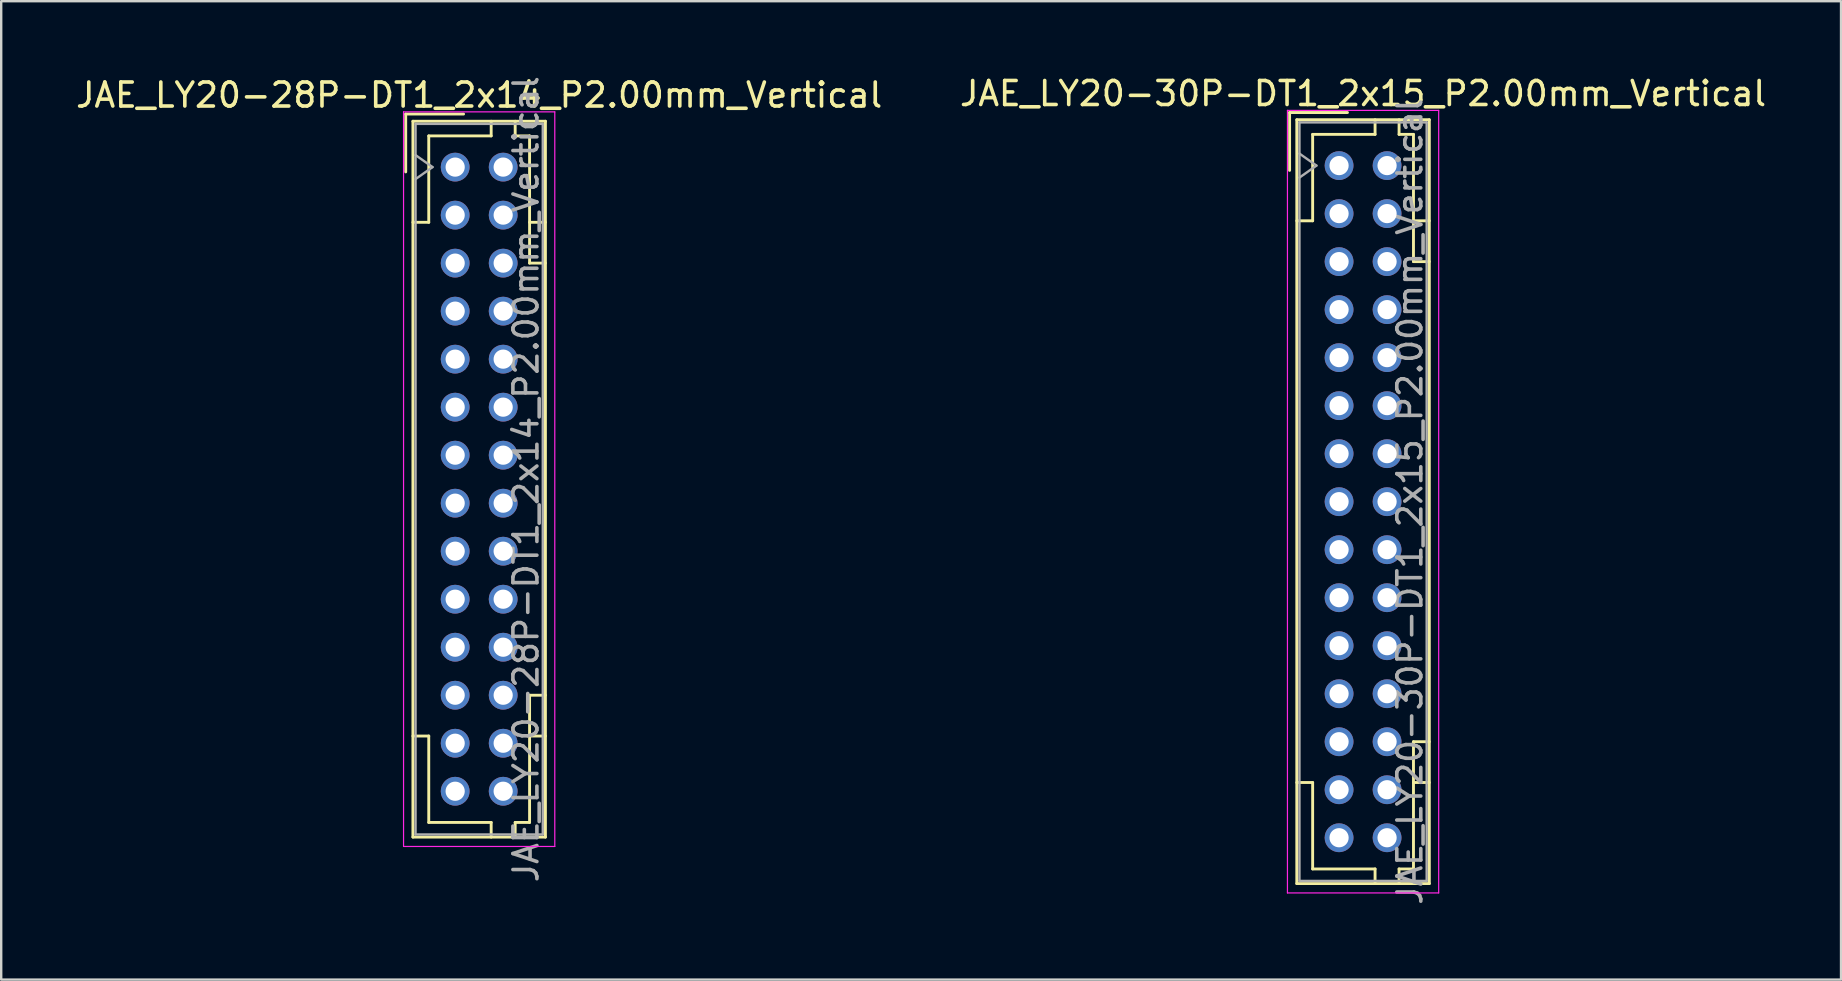
<source format=kicad_pcb>
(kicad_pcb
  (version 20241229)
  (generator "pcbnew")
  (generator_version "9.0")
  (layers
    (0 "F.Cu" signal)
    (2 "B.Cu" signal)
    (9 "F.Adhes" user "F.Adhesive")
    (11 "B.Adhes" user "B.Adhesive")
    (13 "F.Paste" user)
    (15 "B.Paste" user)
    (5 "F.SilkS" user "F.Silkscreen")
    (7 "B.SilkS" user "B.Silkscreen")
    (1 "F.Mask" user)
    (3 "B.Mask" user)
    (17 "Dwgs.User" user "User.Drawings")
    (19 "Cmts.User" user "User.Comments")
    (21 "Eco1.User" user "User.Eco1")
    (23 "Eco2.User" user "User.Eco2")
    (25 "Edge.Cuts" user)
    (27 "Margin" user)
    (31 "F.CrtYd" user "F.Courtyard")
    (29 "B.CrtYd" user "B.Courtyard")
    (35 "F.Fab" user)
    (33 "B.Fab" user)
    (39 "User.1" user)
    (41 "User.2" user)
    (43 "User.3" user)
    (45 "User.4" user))
  (footprint "JAE_LY20-30P-DT1_2x15_P2.00mm_Vertical"
    (layer "F.Cu")
    (at 52.732 3.848)
    (property "Reference" "JAE_LY20-30P-DT1_2x15_P2.00mm_Vertical" (at 1 -3 0) (layer "F.SilkS") (effects (font (size 1 1) (thickness 0.15))))
    (attr through_hole)
    (fp_line (start -2.06 -2.21) (end -2.06 0.2) (stroke (width 0.12) (type solid)) (layer "F.SilkS"))
    (fp_line (start -1.76 -1.91) (end -1.76 29.91) (stroke (width 0.12) (type solid)) (layer "F.SilkS"))
    (fp_line (start -1.76 29.91) (end 3.76 29.91) (stroke (width 0.12) (type solid)) (layer "F.SilkS"))
    (fp_line (start -1.1 -1.3) (end -1.1 2.3) (stroke (width 0.12) (type solid)) (layer "F.SilkS"))
    (fp_line (start -1.1 2.3) (end -1.76 2.3) (stroke (width 0.12) (type solid)) (layer "F.SilkS"))
    (fp_line (start -1.1 25.7) (end -1.76 25.7) (stroke (width 0.12) (type solid)) (layer "F.SilkS"))
    (fp_line (start -1.1 29.3) (end -1.1 25.7) (stroke (width 0.12) (type solid)) (layer "F.SilkS"))
    (fp_line (start 0.35 -2.21) (end -2.06 -2.21) (stroke (width 0.12) (type solid)) (layer "F.SilkS"))
    (fp_line (start 1.5 -1.91) (end 1.5 -1.3) (stroke (width 0.12) (type solid)) (layer "F.SilkS"))
    (fp_line (start 1.5 -1.3) (end -1.1 -1.3) (stroke (width 0.12) (type solid)) (layer "F.SilkS"))
    (fp_line (start 1.5 29.3) (end -1.1 29.3) (stroke (width 0.12) (type solid)) (layer "F.SilkS"))
    (fp_line (start 1.5 29.91) (end 1.5 29.3) (stroke (width 0.12) (type solid)) (layer "F.SilkS"))
    (fp_line (start 2.5 -1.91) (end 2.5 -1.3) (stroke (width 0.12) (type solid)) (layer "F.SilkS"))
    (fp_line (start 2.5 -1.3) (end 3.1 -1.3) (stroke (width 0.12) (type solid)) (layer "F.SilkS"))
    (fp_line (start 2.5 29.3) (end 3.1 29.3) (stroke (width 0.12) (type solid)) (layer "F.SilkS"))
    (fp_line (start 2.5 29.91) (end 2.5 29.3) (stroke (width 0.12) (type solid)) (layer "F.SilkS"))
    (fp_line (start 3.1 -1.3) (end 3.1 4) (stroke (width 0.12) (type solid)) (layer "F.SilkS"))
    (fp_line (start 3.1 4) (end 3.76 4) (stroke (width 0.12) (type solid)) (layer "F.SilkS"))
    (fp_line (start 3.1 24) (end 3.76 24) (stroke (width 0.12) (type solid)) (layer "F.SilkS"))
    (fp_line (start 3.1 29.3) (end 3.1 24) (stroke (width 0.12) (type solid)) (layer "F.SilkS"))
    (fp_line (start 3.76 -1.91) (end -1.76 -1.91) (stroke (width 0.12) (type solid)) (layer "F.SilkS"))
    (fp_line (start 3.76 2.3) (end 3.1 2.3) (stroke (width 0.12) (type solid)) (layer "F.SilkS"))
    (fp_line (start 3.76 25.7) (end 3.1 25.7) (stroke (width 0.12) (type solid)) (layer "F.SilkS"))
    (fp_line (start 3.76 29.91) (end 3.76 -1.91) (stroke (width 0.12) (type solid)) (layer "F.SilkS"))
    (fp_line (start -2.15 -2.3) (end -2.15 30.3) (stroke (width 0.05) (type solid)) (layer "F.CrtYd"))
    (fp_line (start -2.15 30.3) (end 4.15 30.3) (stroke (width 0.05) (type solid)) (layer "F.CrtYd"))
    (fp_line (start 4.15 -2.3) (end -2.15 -2.3) (stroke (width 0.05) (type solid)) (layer "F.CrtYd"))
    (fp_line (start 4.15 30.3) (end 4.15 -2.3) (stroke (width 0.05) (type solid)) (layer "F.CrtYd"))
    (fp_line (start -1.65 -1.8) (end -1.65 29.8) (stroke (width 0.1) (type solid)) (layer "F.Fab"))
    (fp_line (start -1.65 0.5) (end -0.943 0) (stroke (width 0.1) (type solid)) (layer "F.Fab"))
    (fp_line (start -1.65 29.8) (end 3.65 29.8) (stroke (width 0.1) (type solid)) (layer "F.Fab"))
    (fp_line (start -0.943 0) (end -1.65 -0.5) (stroke (width 0.1) (type solid)) (layer "F.Fab"))
    (fp_line (start 3.65 -1.8) (end -1.65 -1.8) (stroke (width 0.1) (type solid)) (layer "F.Fab"))
    (fp_line (start 3.65 29.8) (end 3.65 -1.8) (stroke (width 0.1) (type solid)) (layer "F.Fab"))
    (fp_text user "${REFERENCE}" (at 2.95 14 90) (layer "F.Fab") (effects (font (size 1 1) (thickness 0.15))))
    (pad "a1" thru_hole circle (at 0 0) (size 1.2 1.2) (drill 0.8) (layers "*.Cu" "*.Mask"))
    (pad "a2" thru_hole circle (at 0 2) (size 1.2 1.2) (drill 0.8) (layers "*.Cu" "*.Mask"))
    (pad "a3" thru_hole circle (at 0 4) (size 1.2 1.2) (drill 0.8) (layers "*.Cu" "*.Mask"))
    (pad "a4" thru_hole circle (at 0 6) (size 1.2 1.2) (drill 0.8) (layers "*.Cu" "*.Mask"))
    (pad "a5" thru_hole circle (at 0 8) (size 1.2 1.2) (drill 0.8) (layers "*.Cu" "*.Mask"))
    (pad "a6" thru_hole circle (at 0 10) (size 1.2 1.2) (drill 0.8) (layers "*.Cu" "*.Mask"))
    (pad "a7" thru_hole circle (at 0 12) (size 1.2 1.2) (drill 0.8) (layers "*.Cu" "*.Mask"))
    (pad "a8" thru_hole circle (at 0 14) (size 1.2 1.2) (drill 0.8) (layers "*.Cu" "*.Mask"))
    (pad "a9" thru_hole circle (at 0 16) (size 1.2 1.2) (drill 0.8) (layers "*.Cu" "*.Mask"))
    (pad "a10" thru_hole circle (at 0 18) (size 1.2 1.2) (drill 0.8) (layers "*.Cu" "*.Mask"))
    (pad "a11" thru_hole circle (at 0 20) (size 1.2 1.2) (drill 0.8) (layers "*.Cu" "*.Mask"))
    (pad "a12" thru_hole circle (at 0 22) (size 1.2 1.2) (drill 0.8) (layers "*.Cu" "*.Mask"))
    (pad "a13" thru_hole circle (at 0 24) (size 1.2 1.2) (drill 0.8) (layers "*.Cu" "*.Mask"))
    (pad "a14" thru_hole circle (at 0 26) (size 1.2 1.2) (drill 0.8) (layers "*.Cu" "*.Mask"))
    (pad "a15" thru_hole circle (at 0 28) (size 1.2 1.2) (drill 0.8) (layers "*.Cu" "*.Mask"))
    (pad "b1" thru_hole circle (at 2 0) (size 1.2 1.2) (drill 0.8) (layers "*.Cu" "*.Mask"))
    (pad "b2" thru_hole circle (at 2 2) (size 1.2 1.2) (drill 0.8) (layers "*.Cu" "*.Mask"))
    (pad "b3" thru_hole circle (at 2 4) (size 1.2 1.2) (drill 0.8) (layers "*.Cu" "*.Mask"))
    (pad "b4" thru_hole circle (at 2 6) (size 1.2 1.2) (drill 0.8) (layers "*.Cu" "*.Mask"))
    (pad "b5" thru_hole circle (at 2 8) (size 1.2 1.2) (drill 0.8) (layers "*.Cu" "*.Mask"))
    (pad "b6" thru_hole circle (at 2 10) (size 1.2 1.2) (drill 0.8) (layers "*.Cu" "*.Mask"))
    (pad "b7" thru_hole circle (at 2 12) (size 1.2 1.2) (drill 0.8) (layers "*.Cu" "*.Mask"))
    (pad "b8" thru_hole circle (at 2 14) (size 1.2 1.2) (drill 0.8) (layers "*.Cu" "*.Mask"))
    (pad "b9" thru_hole circle (at 2 16) (size 1.2 1.2) (drill 0.8) (layers "*.Cu" "*.Mask"))
    (pad "b10" thru_hole circle (at 2 18) (size 1.2 1.2) (drill 0.8) (layers "*.Cu" "*.Mask"))
    (pad "b11" thru_hole circle (at 2 20) (size 1.2 1.2) (drill 0.8) (layers "*.Cu" "*.Mask"))
    (pad "b12" thru_hole circle (at 2 22) (size 1.2 1.2) (drill 0.8) (layers "*.Cu" "*.Mask"))
    (pad "b13" thru_hole circle (at 2 24) (size 1.2 1.2) (drill 0.8) (layers "*.Cu" "*.Mask"))
    (pad "b14" thru_hole circle (at 2 26) (size 1.2 1.2) (drill 0.8) (layers "*.Cu" "*.Mask"))
    (pad "b15" thru_hole circle (at 2 28) (size 1.2 1.2) (drill 0.8) (layers "*.Cu" "*.Mask")))
  (footprint "JAE_LY20-28P-DT1_2x14_P2.00mm_Vertical"
    (layer "F.Cu")
    (at 15.911 3.911)
    (property "Reference" "JAE_LY20-28P-DT1_2x14_P2.00mm_Vertical" (at 1 -3 0) (layer "F.SilkS") (effects (font (size 1 1) (thickness 0.15))))
    (attr through_hole)
    (fp_line (start -2.06 -2.21) (end -2.06 0.2) (stroke (width 0.12) (type solid)) (layer "F.SilkS"))
    (fp_line (start -1.76 -1.91) (end -1.76 27.91) (stroke (width 0.12) (type solid)) (layer "F.SilkS"))
    (fp_line (start -1.76 27.91) (end 3.76 27.91) (stroke (width 0.12) (type solid)) (layer "F.SilkS"))
    (fp_line (start -1.1 -1.3) (end -1.1 2.3) (stroke (width 0.12) (type solid)) (layer "F.SilkS"))
    (fp_line (start -1.1 2.3) (end -1.76 2.3) (stroke (width 0.12) (type solid)) (layer "F.SilkS"))
    (fp_line (start -1.1 23.7) (end -1.76 23.7) (stroke (width 0.12) (type solid)) (layer "F.SilkS"))
    (fp_line (start -1.1 27.3) (end -1.1 23.7) (stroke (width 0.12) (type solid)) (layer "F.SilkS"))
    (fp_line (start 0.35 -2.21) (end -2.06 -2.21) (stroke (width 0.12) (type solid)) (layer "F.SilkS"))
    (fp_line (start 1.5 -1.91) (end 1.5 -1.3) (stroke (width 0.12) (type solid)) (layer "F.SilkS"))
    (fp_line (start 1.5 -1.3) (end -1.1 -1.3) (stroke (width 0.12) (type solid)) (layer "F.SilkS"))
    (fp_line (start 1.5 27.3) (end -1.1 27.3) (stroke (width 0.12) (type solid)) (layer "F.SilkS"))
    (fp_line (start 1.5 27.91) (end 1.5 27.3) (stroke (width 0.12) (type solid)) (layer "F.SilkS"))
    (fp_line (start 2.5 -1.91) (end 2.5 -1.3) (stroke (width 0.12) (type solid)) (layer "F.SilkS"))
    (fp_line (start 2.5 -1.3) (end 3.1 -1.3) (stroke (width 0.12) (type solid)) (layer "F.SilkS"))
    (fp_line (start 2.5 27.3) (end 3.1 27.3) (stroke (width 0.12) (type solid)) (layer "F.SilkS"))
    (fp_line (start 2.5 27.91) (end 2.5 27.3) (stroke (width 0.12) (type solid)) (layer "F.SilkS"))
    (fp_line (start 3.1 -1.3) (end 3.1 4) (stroke (width 0.12) (type solid)) (layer "F.SilkS"))
    (fp_line (start 3.1 4) (end 3.76 4) (stroke (width 0.12) (type solid)) (layer "F.SilkS"))
    (fp_line (start 3.1 22) (end 3.76 22) (stroke (width 0.12) (type solid)) (layer "F.SilkS"))
    (fp_line (start 3.1 27.3) (end 3.1 22) (stroke (width 0.12) (type solid)) (layer "F.SilkS"))
    (fp_line (start 3.76 -1.91) (end -1.76 -1.91) (stroke (width 0.12) (type solid)) (layer "F.SilkS"))
    (fp_line (start 3.76 2.3) (end 3.1 2.3) (stroke (width 0.12) (type solid)) (layer "F.SilkS"))
    (fp_line (start 3.76 23.7) (end 3.1 23.7) (stroke (width 0.12) (type solid)) (layer "F.SilkS"))
    (fp_line (start 3.76 27.91) (end 3.76 -1.91) (stroke (width 0.12) (type solid)) (layer "F.SilkS"))
    (fp_line (start -2.15 -2.3) (end -2.15 28.3) (stroke (width 0.05) (type solid)) (layer "F.CrtYd"))
    (fp_line (start -2.15 28.3) (end 4.15 28.3) (stroke (width 0.05) (type solid)) (layer "F.CrtYd"))
    (fp_line (start 4.15 -2.3) (end -2.15 -2.3) (stroke (width 0.05) (type solid)) (layer "F.CrtYd"))
    (fp_line (start 4.15 28.3) (end 4.15 -2.3) (stroke (width 0.05) (type solid)) (layer "F.CrtYd"))
    (fp_line (start -1.65 -1.8) (end -1.65 27.8) (stroke (width 0.1) (type solid)) (layer "F.Fab"))
    (fp_line (start -1.65 0.5) (end -0.943 0) (stroke (width 0.1) (type solid)) (layer "F.Fab"))
    (fp_line (start -1.65 27.8) (end 3.65 27.8) (stroke (width 0.1) (type solid)) (layer "F.Fab"))
    (fp_line (start -0.943 0) (end -1.65 -0.5) (stroke (width 0.1) (type solid)) (layer "F.Fab"))
    (fp_line (start 3.65 -1.8) (end -1.65 -1.8) (stroke (width 0.1) (type solid)) (layer "F.Fab"))
    (fp_line (start 3.65 27.8) (end 3.65 -1.8) (stroke (width 0.1) (type solid)) (layer "F.Fab"))
    (fp_text user "${REFERENCE}" (at 2.95 13 90) (layer "F.Fab") (effects (font (size 1 1) (thickness 0.15))))
    (pad "a1" thru_hole circle (at 0 0) (size 1.2 1.2) (drill 0.8) (layers "*.Cu" "*.Mask"))
    (pad "a2" thru_hole circle (at 0 2) (size 1.2 1.2) (drill 0.8) (layers "*.Cu" "*.Mask"))
    (pad "a3" thru_hole circle (at 0 4) (size 1.2 1.2) (drill 0.8) (layers "*.Cu" "*.Mask"))
    (pad "a4" thru_hole circle (at 0 6) (size 1.2 1.2) (drill 0.8) (layers "*.Cu" "*.Mask"))
    (pad "a5" thru_hole circle (at 0 8) (size 1.2 1.2) (drill 0.8) (layers "*.Cu" "*.Mask"))
    (pad "a6" thru_hole circle (at 0 10) (size 1.2 1.2) (drill 0.8) (layers "*.Cu" "*.Mask"))
    (pad "a7" thru_hole circle (at 0 12) (size 1.2 1.2) (drill 0.8) (layers "*.Cu" "*.Mask"))
    (pad "a8" thru_hole circle (at 0 14) (size 1.2 1.2) (drill 0.8) (layers "*.Cu" "*.Mask"))
    (pad "a9" thru_hole circle (at 0 16) (size 1.2 1.2) (drill 0.8) (layers "*.Cu" "*.Mask"))
    (pad "a10" thru_hole circle (at 0 18) (size 1.2 1.2) (drill 0.8) (layers "*.Cu" "*.Mask"))
    (pad "a11" thru_hole circle (at 0 20) (size 1.2 1.2) (drill 0.8) (layers "*.Cu" "*.Mask"))
    (pad "a12" thru_hole circle (at 0 22) (size 1.2 1.2) (drill 0.8) (layers "*.Cu" "*.Mask"))
    (pad "a13" thru_hole circle (at 0 24) (size 1.2 1.2) (drill 0.8) (layers "*.Cu" "*.Mask"))
    (pad "a14" thru_hole circle (at 0 26) (size 1.2 1.2) (drill 0.8) (layers "*.Cu" "*.Mask"))
    (pad "b1" thru_hole circle (at 2 0) (size 1.2 1.2) (drill 0.8) (layers "*.Cu" "*.Mask"))
    (pad "b2" thru_hole circle (at 2 2) (size 1.2 1.2) (drill 0.8) (layers "*.Cu" "*.Mask"))
    (pad "b3" thru_hole circle (at 2 4) (size 1.2 1.2) (drill 0.8) (layers "*.Cu" "*.Mask"))
    (pad "b4" thru_hole circle (at 2 6) (size 1.2 1.2) (drill 0.8) (layers "*.Cu" "*.Mask"))
    (pad "b5" thru_hole circle (at 2 8) (size 1.2 1.2) (drill 0.8) (layers "*.Cu" "*.Mask"))
    (pad "b6" thru_hole circle (at 2 10) (size 1.2 1.2) (drill 0.8) (layers "*.Cu" "*.Mask"))
    (pad "b7" thru_hole circle (at 2 12) (size 1.2 1.2) (drill 0.8) (layers "*.Cu" "*.Mask"))
    (pad "b8" thru_hole circle (at 2 14) (size 1.2 1.2) (drill 0.8) (layers "*.Cu" "*.Mask"))
    (pad "b9" thru_hole circle (at 2 16) (size 1.2 1.2) (drill 0.8) (layers "*.Cu" "*.Mask"))
    (pad "b10" thru_hole circle (at 2 18) (size 1.2 1.2) (drill 0.8) (layers "*.Cu" "*.Mask"))
    (pad "b11" thru_hole circle (at 2 20) (size 1.2 1.2) (drill 0.8) (layers "*.Cu" "*.Mask"))
    (pad "b12" thru_hole circle (at 2 22) (size 1.2 1.2) (drill 0.8) (layers "*.Cu" "*.Mask"))
    (pad "b13" thru_hole circle (at 2 24) (size 1.2 1.2) (drill 0.8) (layers "*.Cu" "*.Mask"))
    (pad "b14" thru_hole circle (at 2 26) (size 1.2 1.2) (drill 0.8) (layers "*.Cu" "*.Mask")))
  (gr_rect
    (start -3 -3)
    (end 73.643 37.759)
    (stroke (width 0.1) (type default))
    (fill no)
    (layer "Edge.Cuts")))
</source>
